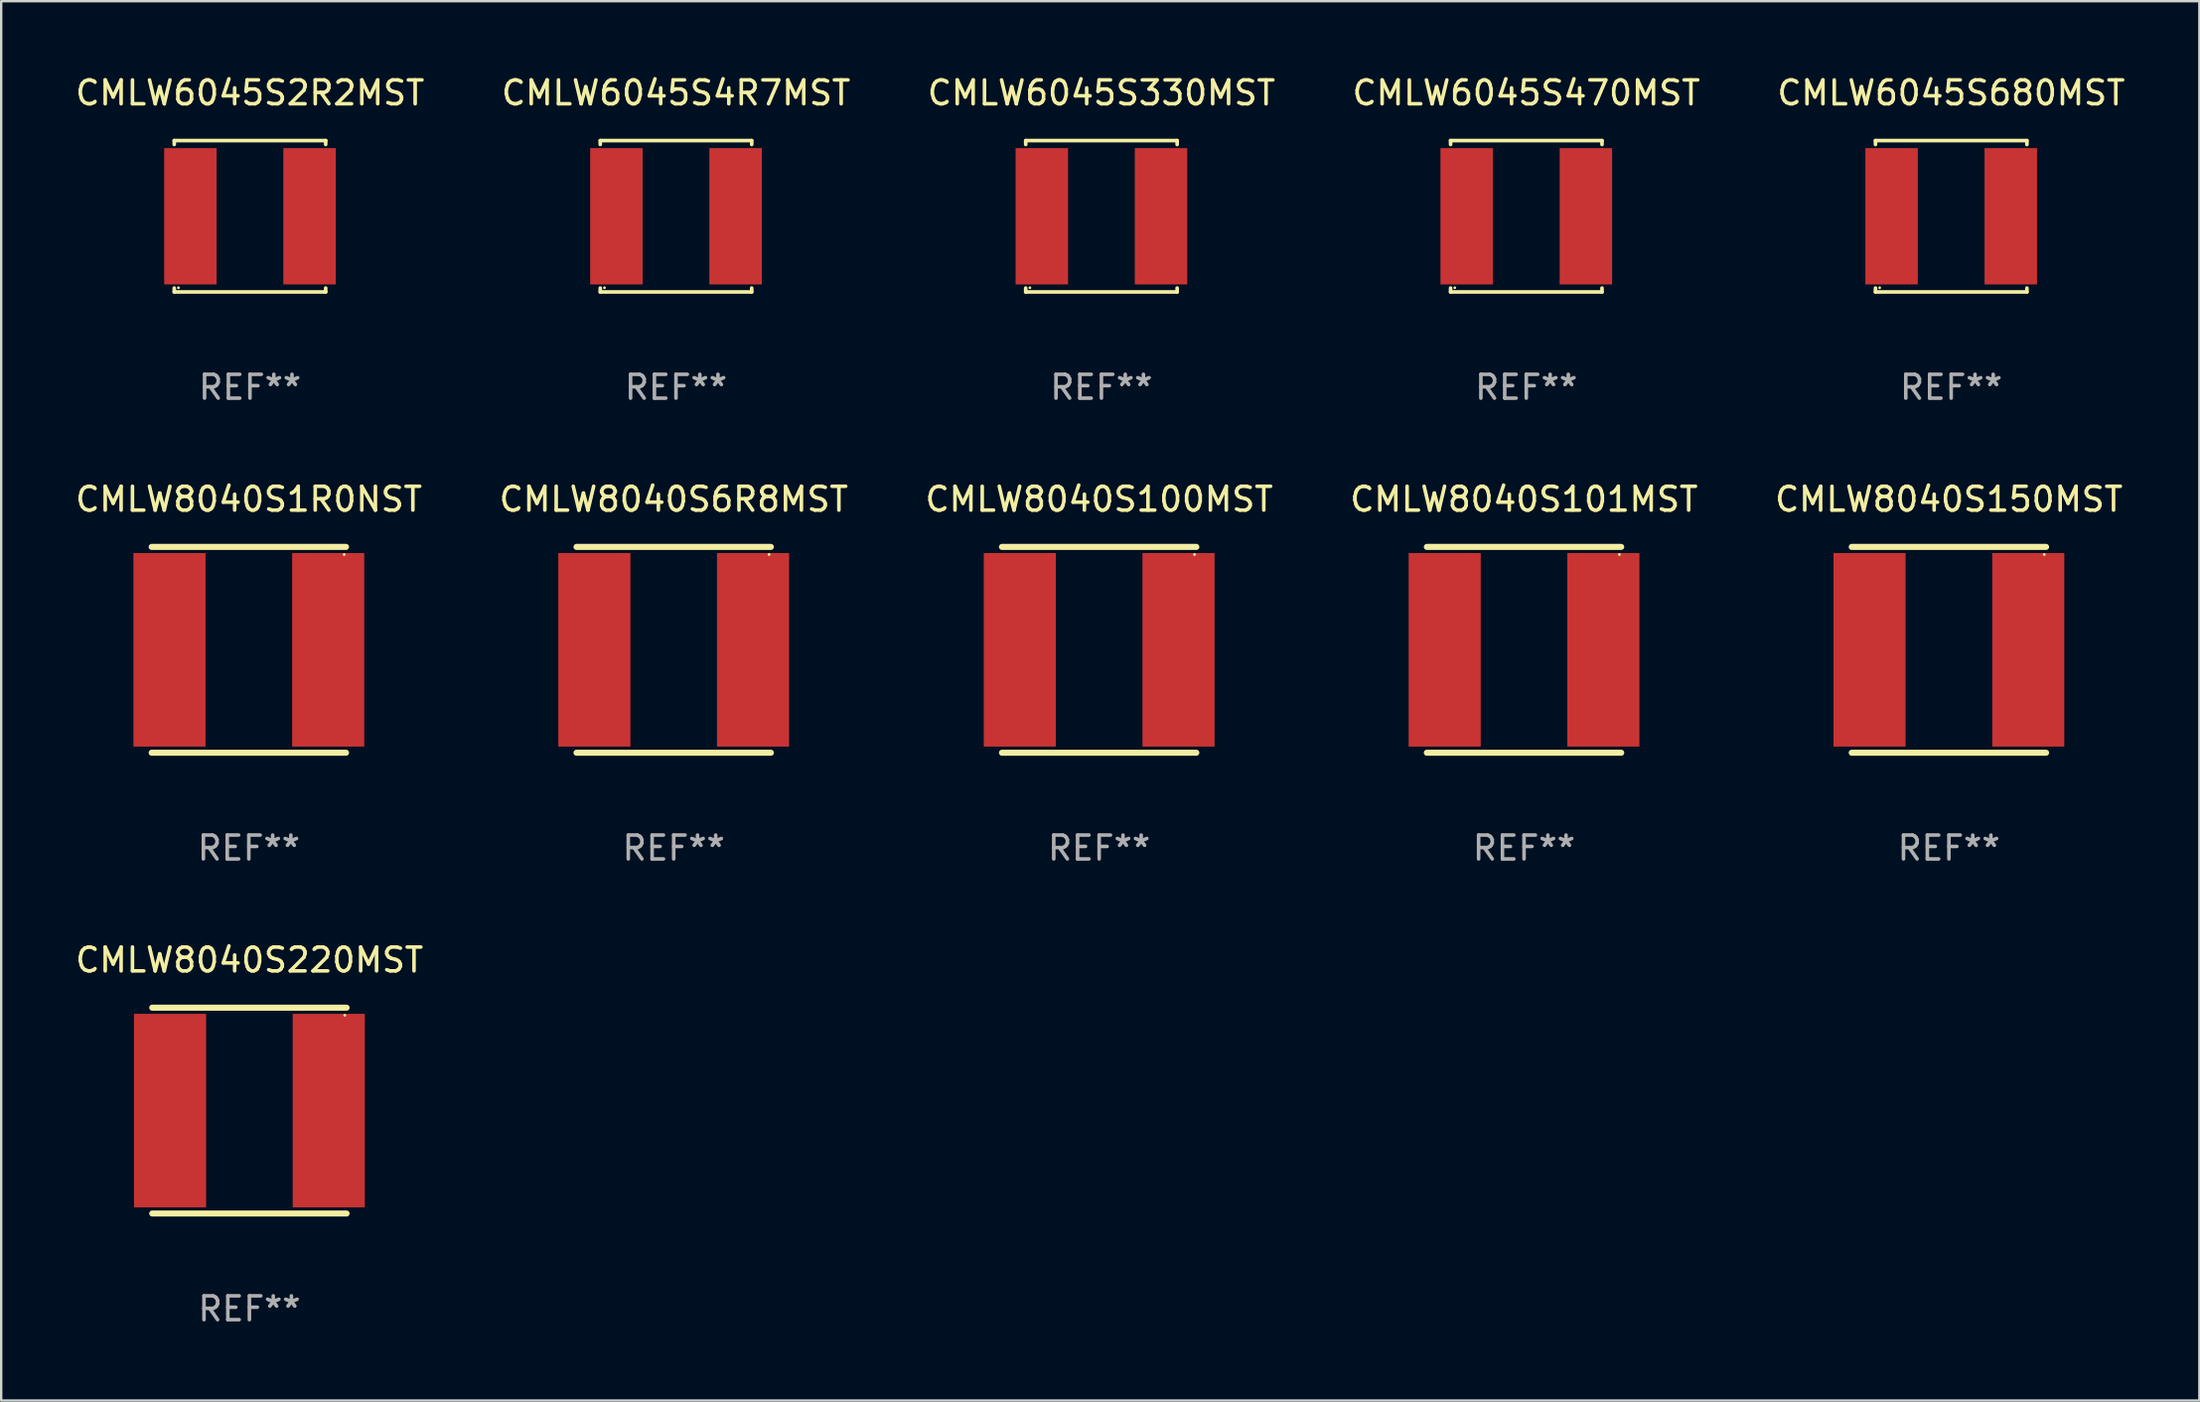
<source format=kicad_pcb>
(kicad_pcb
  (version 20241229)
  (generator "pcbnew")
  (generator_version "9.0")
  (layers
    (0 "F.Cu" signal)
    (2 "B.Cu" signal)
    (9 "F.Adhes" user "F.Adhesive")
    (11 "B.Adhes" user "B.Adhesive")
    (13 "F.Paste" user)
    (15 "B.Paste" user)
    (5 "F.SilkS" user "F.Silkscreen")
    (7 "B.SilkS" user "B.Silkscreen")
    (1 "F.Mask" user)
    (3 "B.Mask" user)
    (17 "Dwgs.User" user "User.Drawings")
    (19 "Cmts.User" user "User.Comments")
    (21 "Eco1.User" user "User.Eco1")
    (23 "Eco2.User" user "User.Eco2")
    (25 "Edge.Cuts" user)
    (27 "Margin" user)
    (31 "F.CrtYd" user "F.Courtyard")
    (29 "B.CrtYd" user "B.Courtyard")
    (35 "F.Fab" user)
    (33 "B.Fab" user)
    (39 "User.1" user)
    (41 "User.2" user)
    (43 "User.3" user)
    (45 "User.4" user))
  (footprint "CMLW8040S101MST"
    (layer "F.Cu")
    (at 60.875 24.215)
    (property "Reference" "CMLW8040S101MST" (at 0 -6.318 0) (layer "F.SilkS") (effects (font (size 1 1) (thickness 0.15))))
    (attr through_hole)
    (fp_line (start -4.076 -4.318) (end 4.076 -4.318) (stroke (width 0.254) (type solid)) (layer "F.SilkS"))
    (fp_line (start -4.076 4.318) (end 4.076 4.318) (stroke (width 0.254) (type solid)) (layer "F.SilkS"))
    (fp_circle (center 4 -4) (end 4.03 -4) (stroke (width 0.06) (type solid)) (fill no) (layer "F.SilkS"))
    (fp_text user "REF**" (at 0 8.318 0) (layer "F.Fab") (effects (font (size 1 1) (thickness 0.15))))
    (pad "1" smd rect (at 3.328 0) (size 3.024 8.12) (layers "F.Cu" "F.Mask" "F.Paste"))
    (pad "2" smd rect (at -3.328 0) (size 3.024 8.12) (layers "F.Cu" "F.Mask" "F.Paste")))
  (footprint "CMLW6045S4R7MST"
    (layer "F.Cu")
    (at 25.304 6.024)
    (property "Reference" "CMLW6045S4R7MST" (at 0 -5.176 0) (layer "F.SilkS") (effects (font (size 1 1) (thickness 0.15))))
    (attr through_hole)
    (fp_line (start -3.176 -3.176) (end 3.176 -3.176) (stroke (width 0.152) (type solid)) (layer "F.SilkS"))
    (fp_line (start -3.176 -3.012) (end -3.176 -3.176) (stroke (width 0.152) (type solid)) (layer "F.SilkS"))
    (fp_line (start -3.176 3.012) (end -3.176 3.176) (stroke (width 0.152) (type solid)) (layer "F.SilkS"))
    (fp_line (start -3.176 3.176) (end 3.176 3.176) (stroke (width 0.152) (type solid)) (layer "F.SilkS"))
    (fp_line (start 3.176 -3.176) (end 3.176 -3.012) (stroke (width 0.152) (type solid)) (layer "F.SilkS"))
    (fp_line (start 3.176 3.176) (end 3.176 3.012) (stroke (width 0.152) (type solid)) (layer "F.SilkS"))
    (fp_circle (center -3 3) (end -2.97 3) (stroke (width 0.06) (type solid)) (fill no) (layer "F.SilkS"))
    (fp_text user "REF**" (at 0 7.176 0) (layer "F.Fab") (effects (font (size 1 1) (thickness 0.15))))
    (pad "1" smd rect (at -2.5 0) (size 2.2 5.72) (layers "F.Cu" "F.Mask" "F.Paste"))
    (pad "2" smd rect (at 2.5 0) (size 2.2 5.72) (layers "F.Cu" "F.Mask" "F.Paste")))
  (footprint "CMLW6045S2R2MST"
    (layer "F.Cu")
    (at 7.435 6.024)
    (property "Reference" "CMLW6045S2R2MST" (at 0 -5.176 0) (layer "F.SilkS") (effects (font (size 1 1) (thickness 0.15))))
    (attr through_hole)
    (fp_line (start -3.176 -3.176) (end 3.176 -3.176) (stroke (width 0.152) (type solid)) (layer "F.SilkS"))
    (fp_line (start -3.176 -3.012) (end -3.176 -3.176) (stroke (width 0.152) (type solid)) (layer "F.SilkS"))
    (fp_line (start -3.176 3.012) (end -3.176 3.176) (stroke (width 0.152) (type solid)) (layer "F.SilkS"))
    (fp_line (start -3.176 3.176) (end 3.176 3.176) (stroke (width 0.152) (type solid)) (layer "F.SilkS"))
    (fp_line (start 3.176 -3.176) (end 3.176 -3.012) (stroke (width 0.152) (type solid)) (layer "F.SilkS"))
    (fp_line (start 3.176 3.176) (end 3.176 3.012) (stroke (width 0.152) (type solid)) (layer "F.SilkS"))
    (fp_circle (center -3 3) (end -2.97 3) (stroke (width 0.06) (type solid)) (fill no) (layer "F.SilkS"))
    (fp_text user "REF**" (at 0 7.176 0) (layer "F.Fab") (effects (font (size 1 1) (thickness 0.15))))
    (pad "1" smd rect (at -2.5 0) (size 2.2 5.72) (layers "F.Cu" "F.Mask" "F.Paste"))
    (pad "2" smd rect (at 2.5 0) (size 2.2 5.72) (layers "F.Cu" "F.Mask" "F.Paste")))
  (footprint "CMLW8040S6R8MST"
    (layer "F.Cu")
    (at 25.208 24.215)
    (property "Reference" "CMLW8040S6R8MST" (at 0 -6.318 0) (layer "F.SilkS") (effects (font (size 1 1) (thickness 0.15))))
    (attr through_hole)
    (fp_line (start -4.076 -4.318) (end 4.076 -4.318) (stroke (width 0.254) (type solid)) (layer "F.SilkS"))
    (fp_line (start -4.076 4.318) (end 4.076 4.318) (stroke (width 0.254) (type solid)) (layer "F.SilkS"))
    (fp_circle (center 4 -4) (end 4.03 -4) (stroke (width 0.06) (type solid)) (fill no) (layer "F.SilkS"))
    (fp_text user "REF**" (at 0 8.318 0) (layer "F.Fab") (effects (font (size 1 1) (thickness 0.15))))
    (pad "1" smd rect (at 3.328 0) (size 3.024 8.12) (layers "F.Cu" "F.Mask" "F.Paste"))
    (pad "2" smd rect (at -3.328 0) (size 3.024 8.12) (layers "F.Cu" "F.Mask" "F.Paste")))
  (footprint "CMLW8040S1R0NST"
    (layer "F.Cu")
    (at 7.387 24.215)
    (property "Reference" "CMLW8040S1R0NST" (at 0 -6.318 0) (layer "F.SilkS") (effects (font (size 1 1) (thickness 0.15))))
    (attr through_hole)
    (fp_line (start -4.076 -4.318) (end 4.076 -4.318) (stroke (width 0.254) (type solid)) (layer "F.SilkS"))
    (fp_line (start -4.076 4.318) (end 4.076 4.318) (stroke (width 0.254) (type solid)) (layer "F.SilkS"))
    (fp_circle (center 4 -4) (end 4.03 -4) (stroke (width 0.06) (type solid)) (fill no) (layer "F.SilkS"))
    (fp_text user "REF**" (at 0 8.318 0) (layer "F.Fab") (effects (font (size 1 1) (thickness 0.15))))
    (pad "1" smd rect (at 3.328 0) (size 3.024 8.12) (layers "F.Cu" "F.Mask" "F.Paste"))
    (pad "2" smd rect (at -3.328 0) (size 3.024 8.12) (layers "F.Cu" "F.Mask" "F.Paste")))
  (footprint "CMLW6045S470MST"
    (layer "F.Cu")
    (at 60.97 6.024)
    (property "Reference" "CMLW6045S470MST" (at 0 -5.176 0) (layer "F.SilkS") (effects (font (size 1 1) (thickness 0.15))))
    (attr through_hole)
    (fp_line (start -3.176 -3.176) (end 3.176 -3.176) (stroke (width 0.152) (type solid)) (layer "F.SilkS"))
    (fp_line (start -3.176 -3.012) (end -3.176 -3.176) (stroke (width 0.152) (type solid)) (layer "F.SilkS"))
    (fp_line (start -3.176 3.012) (end -3.176 3.176) (stroke (width 0.152) (type solid)) (layer "F.SilkS"))
    (fp_line (start -3.176 3.176) (end 3.176 3.176) (stroke (width 0.152) (type solid)) (layer "F.SilkS"))
    (fp_line (start 3.176 -3.176) (end 3.176 -3.012) (stroke (width 0.152) (type solid)) (layer "F.SilkS"))
    (fp_line (start 3.176 3.176) (end 3.176 3.012) (stroke (width 0.152) (type solid)) (layer "F.SilkS"))
    (fp_circle (center -3 3) (end -2.97 3) (stroke (width 0.06) (type solid)) (fill no) (layer "F.SilkS"))
    (fp_text user "REF**" (at 0 7.176 0) (layer "F.Fab") (effects (font (size 1 1) (thickness 0.15))))
    (pad "1" smd rect (at -2.5 0) (size 2.2 5.72) (layers "F.Cu" "F.Mask" "F.Paste"))
    (pad "2" smd rect (at 2.5 0) (size 2.2 5.72) (layers "F.Cu" "F.Mask" "F.Paste")))
  (footprint "CMLW6045S680MST"
    (layer "F.Cu")
    (at 78.792 6.024)
    (property "Reference" "CMLW6045S680MST" (at 0 -5.176 0) (layer "F.SilkS") (effects (font (size 1 1) (thickness 0.15))))
    (attr through_hole)
    (fp_line (start -3.176 -3.176) (end 3.176 -3.176) (stroke (width 0.152) (type solid)) (layer "F.SilkS"))
    (fp_line (start -3.176 -3.012) (end -3.176 -3.176) (stroke (width 0.152) (type solid)) (layer "F.SilkS"))
    (fp_line (start -3.176 3.012) (end -3.176 3.176) (stroke (width 0.152) (type solid)) (layer "F.SilkS"))
    (fp_line (start -3.176 3.176) (end 3.176 3.176) (stroke (width 0.152) (type solid)) (layer "F.SilkS"))
    (fp_line (start 3.176 -3.176) (end 3.176 -3.012) (stroke (width 0.152) (type solid)) (layer "F.SilkS"))
    (fp_line (start 3.176 3.176) (end 3.176 3.012) (stroke (width 0.152) (type solid)) (layer "F.SilkS"))
    (fp_circle (center -3 3) (end -2.97 3) (stroke (width 0.06) (type solid)) (fill no) (layer "F.SilkS"))
    (fp_text user "REF**" (at 0 7.176 0) (layer "F.Fab") (effects (font (size 1 1) (thickness 0.15))))
    (pad "1" smd rect (at -2.5 0) (size 2.2 5.72) (layers "F.Cu" "F.Mask" "F.Paste"))
    (pad "2" smd rect (at 2.5 0) (size 2.2 5.72) (layers "F.Cu" "F.Mask" "F.Paste")))
  (footprint "CMLW6045S330MST"
    (layer "F.Cu")
    (at 43.149 6.024)
    (property "Reference" "CMLW6045S330MST" (at 0 -5.176 0) (layer "F.SilkS") (effects (font (size 1 1) (thickness 0.15))))
    (attr through_hole)
    (fp_line (start -3.176 -3.176) (end 3.176 -3.176) (stroke (width 0.152) (type solid)) (layer "F.SilkS"))
    (fp_line (start -3.176 -3.012) (end -3.176 -3.176) (stroke (width 0.152) (type solid)) (layer "F.SilkS"))
    (fp_line (start -3.176 3.012) (end -3.176 3.176) (stroke (width 0.152) (type solid)) (layer "F.SilkS"))
    (fp_line (start -3.176 3.176) (end 3.176 3.176) (stroke (width 0.152) (type solid)) (layer "F.SilkS"))
    (fp_line (start 3.176 -3.176) (end 3.176 -3.012) (stroke (width 0.152) (type solid)) (layer "F.SilkS"))
    (fp_line (start 3.176 3.176) (end 3.176 3.012) (stroke (width 0.152) (type solid)) (layer "F.SilkS"))
    (fp_circle (center -3 3) (end -2.97 3) (stroke (width 0.06) (type solid)) (fill no) (layer "F.SilkS"))
    (fp_text user "REF**" (at 0 7.176 0) (layer "F.Fab") (effects (font (size 1 1) (thickness 0.15))))
    (pad "1" smd rect (at -2.5 0) (size 2.2 5.72) (layers "F.Cu" "F.Mask" "F.Paste"))
    (pad "2" smd rect (at 2.5 0) (size 2.2 5.72) (layers "F.Cu" "F.Mask" "F.Paste")))
  (footprint "CMLW8040S100MST"
    (layer "F.Cu")
    (at 43.054 24.215)
    (property "Reference" "CMLW8040S100MST" (at 0 -6.318 0) (layer "F.SilkS") (effects (font (size 1 1) (thickness 0.15))))
    (attr through_hole)
    (fp_line (start -4.076 -4.318) (end 4.076 -4.318) (stroke (width 0.254) (type solid)) (layer "F.SilkS"))
    (fp_line (start -4.076 4.318) (end 4.076 4.318) (stroke (width 0.254) (type solid)) (layer "F.SilkS"))
    (fp_circle (center 4 -4) (end 4.03 -4) (stroke (width 0.06) (type solid)) (fill no) (layer "F.SilkS"))
    (fp_text user "REF**" (at 0 8.318 0) (layer "F.Fab") (effects (font (size 1 1) (thickness 0.15))))
    (pad "1" smd rect (at 3.328 0) (size 3.024 8.12) (layers "F.Cu" "F.Mask" "F.Paste"))
    (pad "2" smd rect (at -3.328 0) (size 3.024 8.12) (layers "F.Cu" "F.Mask" "F.Paste")))
  (footprint "CMLW8040S150MST"
    (layer "F.Cu")
    (at 78.696 24.215)
    (property "Reference" "CMLW8040S150MST" (at 0 -6.318 0) (layer "F.SilkS") (effects (font (size 1 1) (thickness 0.15))))
    (attr through_hole)
    (fp_line (start -4.076 -4.318) (end 4.076 -4.318) (stroke (width 0.254) (type solid)) (layer "F.SilkS"))
    (fp_line (start -4.076 4.318) (end 4.076 4.318) (stroke (width 0.254) (type solid)) (layer "F.SilkS"))
    (fp_circle (center 4 -4) (end 4.03 -4) (stroke (width 0.06) (type solid)) (fill no) (layer "F.SilkS"))
    (fp_text user "REF**" (at 0 8.318 0) (layer "F.Fab") (effects (font (size 1 1) (thickness 0.15))))
    (pad "1" smd rect (at 3.328 0) (size 3.024 8.12) (layers "F.Cu" "F.Mask" "F.Paste"))
    (pad "2" smd rect (at -3.328 0) (size 3.024 8.12) (layers "F.Cu" "F.Mask" "F.Paste")))
  (footprint "CMLW8040S220MST"
    (layer "F.Cu")
    (at 7.411 43.548)
    (property "Reference" "CMLW8040S220MST" (at 0 -6.318 0) (layer "F.SilkS") (effects (font (size 1 1) (thickness 0.15))))
    (attr through_hole)
    (fp_line (start -4.076 -4.318) (end 4.076 -4.318) (stroke (width 0.254) (type solid)) (layer "F.SilkS"))
    (fp_line (start -4.076 4.318) (end 4.076 4.318) (stroke (width 0.254) (type solid)) (layer "F.SilkS"))
    (fp_circle (center 4 -4) (end 4.03 -4) (stroke (width 0.06) (type solid)) (fill no) (layer "F.SilkS"))
    (fp_text user "REF**" (at 0 8.318 0) (layer "F.Fab") (effects (font (size 1 1) (thickness 0.15))))
    (pad "1" smd rect (at 3.328 0) (size 3.024 8.12) (layers "F.Cu" "F.Mask" "F.Paste"))
    (pad "2" smd rect (at -3.328 0) (size 3.024 8.12) (layers "F.Cu" "F.Mask" "F.Paste")))
  (gr_rect
    (start -3 -3)
    (end 89.202 55.714)
    (stroke (width 0.1) (type default))
    (fill no)
    (layer "Edge.Cuts")))
</source>
